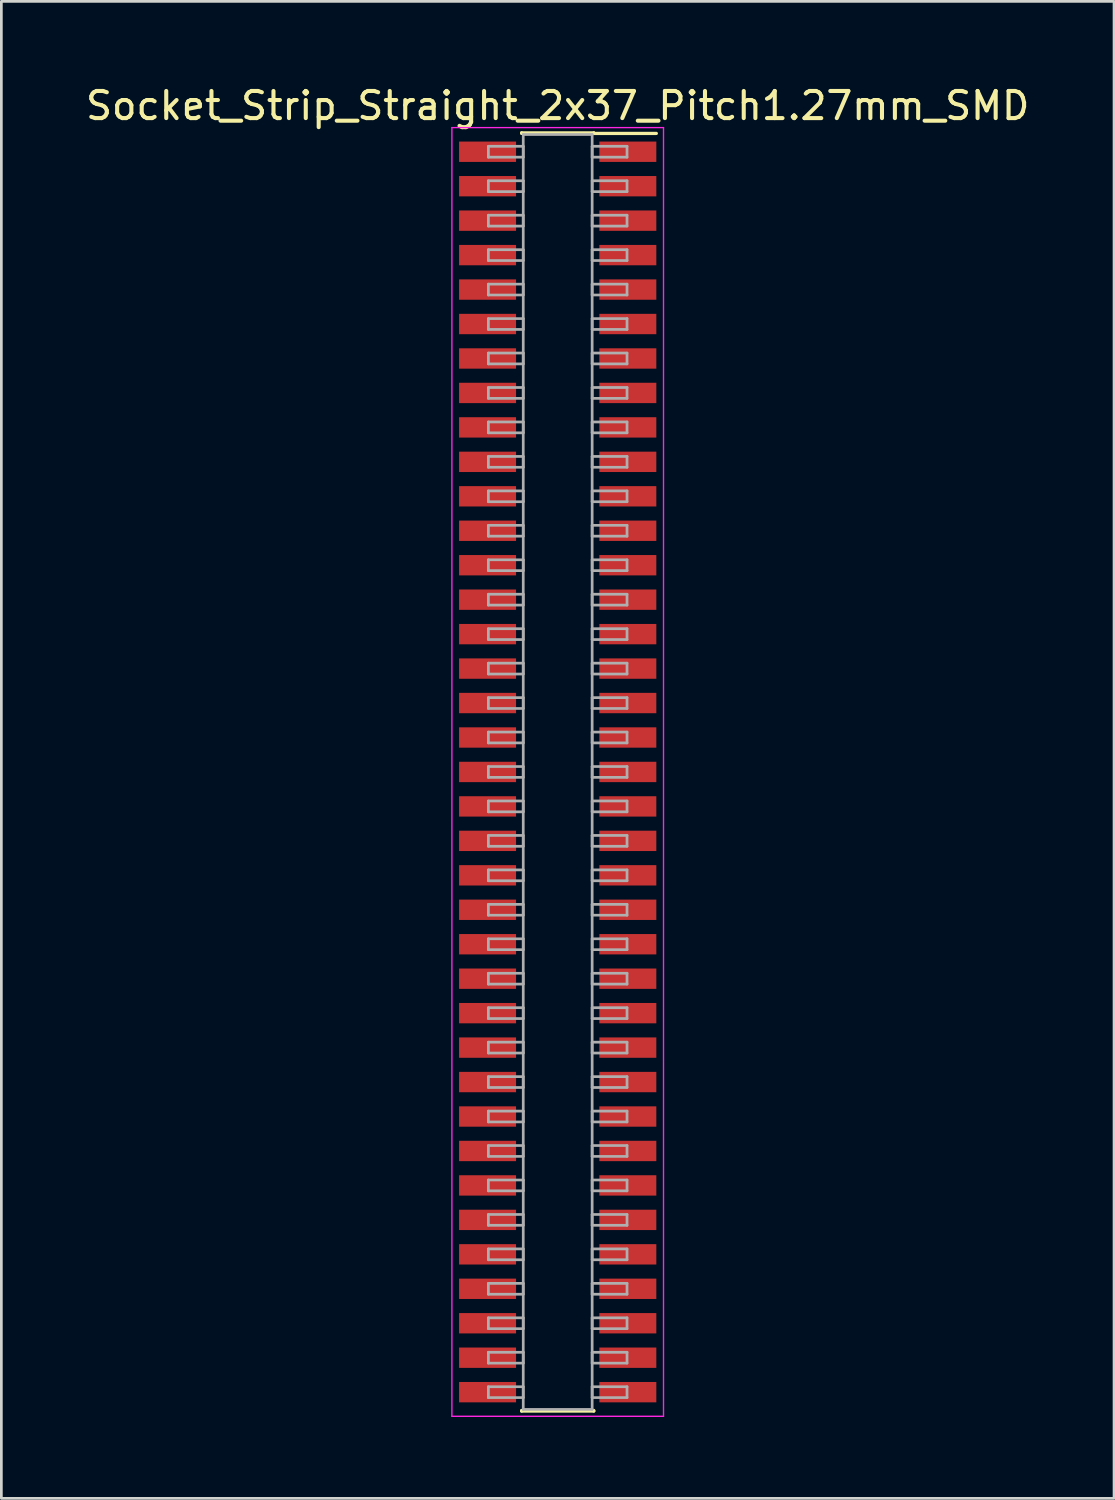
<source format=kicad_pcb>
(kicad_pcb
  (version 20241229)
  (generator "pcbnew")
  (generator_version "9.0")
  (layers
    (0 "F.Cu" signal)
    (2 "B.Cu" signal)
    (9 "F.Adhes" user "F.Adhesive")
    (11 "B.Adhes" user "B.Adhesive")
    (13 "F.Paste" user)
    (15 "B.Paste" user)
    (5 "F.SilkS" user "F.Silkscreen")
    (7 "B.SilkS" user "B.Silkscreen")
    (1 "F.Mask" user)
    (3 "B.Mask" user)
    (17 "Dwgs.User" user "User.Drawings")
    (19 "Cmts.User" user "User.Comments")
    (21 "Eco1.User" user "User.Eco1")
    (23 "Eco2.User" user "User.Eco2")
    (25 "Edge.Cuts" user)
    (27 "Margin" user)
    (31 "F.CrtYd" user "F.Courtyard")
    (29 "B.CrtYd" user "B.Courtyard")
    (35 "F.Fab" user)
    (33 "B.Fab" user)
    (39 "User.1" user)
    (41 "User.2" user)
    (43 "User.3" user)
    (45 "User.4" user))
  (footprint "Socket_Strip_Straight_2x37_Pitch1.27mm_SMD"
    (layer "F.Cu")
    (at 17.506 25.403)
    (property "Reference" "Socket_Strip_Straight_2x37_Pitch1.27mm_SMD" (at 0 -24.555 0) (layer "F.SilkS") (effects (font (size 1 1) (thickness 0.15))))
    (attr smd)
    (fp_line (start -1.33 -23.555) (end 1.33 -23.555) (stroke (width 0.12) (type solid)) (layer "F.SilkS"))
    (fp_line (start -1.33 -23.535) (end -1.33 -23.555) (stroke (width 0.12) (type solid)) (layer "F.SilkS"))
    (fp_line (start -1.33 23.535) (end -1.33 23.555) (stroke (width 0.12) (type solid)) (layer "F.SilkS"))
    (fp_line (start -1.33 23.555) (end 1.33 23.555) (stroke (width 0.12) (type solid)) (layer "F.SilkS"))
    (fp_line (start 1.33 -23.555) (end 1.33 -23.535) (stroke (width 0.12) (type solid)) (layer "F.SilkS"))
    (fp_line (start 1.33 23.555) (end 1.33 23.535) (stroke (width 0.12) (type solid)) (layer "F.SilkS"))
    (fp_line (start 3.635 -23.535) (end 1.33 -23.535) (stroke (width 0.12) (type solid)) (layer "F.SilkS"))
    (fp_line (start -3.9 -23.75) (end -3.9 23.75) (stroke (width 0.05) (type solid)) (layer "F.CrtYd"))
    (fp_line (start -3.9 23.75) (end 3.9 23.75) (stroke (width 0.05) (type solid)) (layer "F.CrtYd"))
    (fp_line (start 3.9 -23.75) (end -3.9 -23.75) (stroke (width 0.05) (type solid)) (layer "F.CrtYd"))
    (fp_line (start 3.9 23.75) (end 3.9 -23.75) (stroke (width 0.05) (type solid)) (layer "F.CrtYd"))
    (fp_line (start -2.555 -23.06) (end -1.27 -23.06) (stroke (width 0.1) (type solid)) (layer "F.Fab"))
    (fp_line (start -2.555 -22.66) (end -2.555 -23.06) (stroke (width 0.1) (type solid)) (layer "F.Fab"))
    (fp_line (start -2.555 -21.79) (end -1.27 -21.79) (stroke (width 0.1) (type solid)) (layer "F.Fab"))
    (fp_line (start -2.555 -21.39) (end -2.555 -21.79) (stroke (width 0.1) (type solid)) (layer "F.Fab"))
    (fp_line (start -2.555 -20.52) (end -1.27 -20.52) (stroke (width 0.1) (type solid)) (layer "F.Fab"))
    (fp_line (start -2.555 -20.12) (end -2.555 -20.52) (stroke (width 0.1) (type solid)) (layer "F.Fab"))
    (fp_line (start -2.555 -19.25) (end -1.27 -19.25) (stroke (width 0.1) (type solid)) (layer "F.Fab"))
    (fp_line (start -2.555 -18.85) (end -2.555 -19.25) (stroke (width 0.1) (type solid)) (layer "F.Fab"))
    (fp_line (start -2.555 -17.98) (end -1.27 -17.98) (stroke (width 0.1) (type solid)) (layer "F.Fab"))
    (fp_line (start -2.555 -17.58) (end -2.555 -17.98) (stroke (width 0.1) (type solid)) (layer "F.Fab"))
    (fp_line (start -2.555 -16.71) (end -1.27 -16.71) (stroke (width 0.1) (type solid)) (layer "F.Fab"))
    (fp_line (start -2.555 -16.31) (end -2.555 -16.71) (stroke (width 0.1) (type solid)) (layer "F.Fab"))
    (fp_line (start -2.555 -15.44) (end -1.27 -15.44) (stroke (width 0.1) (type solid)) (layer "F.Fab"))
    (fp_line (start -2.555 -15.04) (end -2.555 -15.44) (stroke (width 0.1) (type solid)) (layer "F.Fab"))
    (fp_line (start -2.555 -14.17) (end -1.27 -14.17) (stroke (width 0.1) (type solid)) (layer "F.Fab"))
    (fp_line (start -2.555 -13.77) (end -2.555 -14.17) (stroke (width 0.1) (type solid)) (layer "F.Fab"))
    (fp_line (start -2.555 -12.9) (end -1.27 -12.9) (stroke (width 0.1) (type solid)) (layer "F.Fab"))
    (fp_line (start -2.555 -12.5) (end -2.555 -12.9) (stroke (width 0.1) (type solid)) (layer "F.Fab"))
    (fp_line (start -2.555 -11.63) (end -1.27 -11.63) (stroke (width 0.1) (type solid)) (layer "F.Fab"))
    (fp_line (start -2.555 -11.23) (end -2.555 -11.63) (stroke (width 0.1) (type solid)) (layer "F.Fab"))
    (fp_line (start -2.555 -10.36) (end -1.27 -10.36) (stroke (width 0.1) (type solid)) (layer "F.Fab"))
    (fp_line (start -2.555 -9.96) (end -2.555 -10.36) (stroke (width 0.1) (type solid)) (layer "F.Fab"))
    (fp_line (start -2.555 -9.09) (end -1.27 -9.09) (stroke (width 0.1) (type solid)) (layer "F.Fab"))
    (fp_line (start -2.555 -8.69) (end -2.555 -9.09) (stroke (width 0.1) (type solid)) (layer "F.Fab"))
    (fp_line (start -2.555 -7.82) (end -1.27 -7.82) (stroke (width 0.1) (type solid)) (layer "F.Fab"))
    (fp_line (start -2.555 -7.42) (end -2.555 -7.82) (stroke (width 0.1) (type solid)) (layer "F.Fab"))
    (fp_line (start -2.555 -6.55) (end -1.27 -6.55) (stroke (width 0.1) (type solid)) (layer "F.Fab"))
    (fp_line (start -2.555 -6.15) (end -2.555 -6.55) (stroke (width 0.1) (type solid)) (layer "F.Fab"))
    (fp_line (start -2.555 -5.28) (end -1.27 -5.28) (stroke (width 0.1) (type solid)) (layer "F.Fab"))
    (fp_line (start -2.555 -4.88) (end -2.555 -5.28) (stroke (width 0.1) (type solid)) (layer "F.Fab"))
    (fp_line (start -2.555 -4.01) (end -1.27 -4.01) (stroke (width 0.1) (type solid)) (layer "F.Fab"))
    (fp_line (start -2.555 -3.61) (end -2.555 -4.01) (stroke (width 0.1) (type solid)) (layer "F.Fab"))
    (fp_line (start -2.555 -2.74) (end -1.27 -2.74) (stroke (width 0.1) (type solid)) (layer "F.Fab"))
    (fp_line (start -2.555 -2.34) (end -2.555 -2.74) (stroke (width 0.1) (type solid)) (layer "F.Fab"))
    (fp_line (start -2.555 -1.47) (end -1.27 -1.47) (stroke (width 0.1) (type solid)) (layer "F.Fab"))
    (fp_line (start -2.555 -1.07) (end -2.555 -1.47) (stroke (width 0.1) (type solid)) (layer "F.Fab"))
    (fp_line (start -2.555 -0.2) (end -1.27 -0.2) (stroke (width 0.1) (type solid)) (layer "F.Fab"))
    (fp_line (start -2.555 0.2) (end -2.555 -0.2) (stroke (width 0.1) (type solid)) (layer "F.Fab"))
    (fp_line (start -2.555 1.07) (end -1.27 1.07) (stroke (width 0.1) (type solid)) (layer "F.Fab"))
    (fp_line (start -2.555 1.47) (end -2.555 1.07) (stroke (width 0.1) (type solid)) (layer "F.Fab"))
    (fp_line (start -2.555 2.34) (end -1.27 2.34) (stroke (width 0.1) (type solid)) (layer "F.Fab"))
    (fp_line (start -2.555 2.74) (end -2.555 2.34) (stroke (width 0.1) (type solid)) (layer "F.Fab"))
    (fp_line (start -2.555 3.61) (end -1.27 3.61) (stroke (width 0.1) (type solid)) (layer "F.Fab"))
    (fp_line (start -2.555 4.01) (end -2.555 3.61) (stroke (width 0.1) (type solid)) (layer "F.Fab"))
    (fp_line (start -2.555 4.88) (end -1.27 4.88) (stroke (width 0.1) (type solid)) (layer "F.Fab"))
    (fp_line (start -2.555 5.28) (end -2.555 4.88) (stroke (width 0.1) (type solid)) (layer "F.Fab"))
    (fp_line (start -2.555 6.15) (end -1.27 6.15) (stroke (width 0.1) (type solid)) (layer "F.Fab"))
    (fp_line (start -2.555 6.55) (end -2.555 6.15) (stroke (width 0.1) (type solid)) (layer "F.Fab"))
    (fp_line (start -2.555 7.42) (end -1.27 7.42) (stroke (width 0.1) (type solid)) (layer "F.Fab"))
    (fp_line (start -2.555 7.82) (end -2.555 7.42) (stroke (width 0.1) (type solid)) (layer "F.Fab"))
    (fp_line (start -2.555 8.69) (end -1.27 8.69) (stroke (width 0.1) (type solid)) (layer "F.Fab"))
    (fp_line (start -2.555 9.09) (end -2.555 8.69) (stroke (width 0.1) (type solid)) (layer "F.Fab"))
    (fp_line (start -2.555 9.96) (end -1.27 9.96) (stroke (width 0.1) (type solid)) (layer "F.Fab"))
    (fp_line (start -2.555 10.36) (end -2.555 9.96) (stroke (width 0.1) (type solid)) (layer "F.Fab"))
    (fp_line (start -2.555 11.23) (end -1.27 11.23) (stroke (width 0.1) (type solid)) (layer "F.Fab"))
    (fp_line (start -2.555 11.63) (end -2.555 11.23) (stroke (width 0.1) (type solid)) (layer "F.Fab"))
    (fp_line (start -2.555 12.5) (end -1.27 12.5) (stroke (width 0.1) (type solid)) (layer "F.Fab"))
    (fp_line (start -2.555 12.9) (end -2.555 12.5) (stroke (width 0.1) (type solid)) (layer "F.Fab"))
    (fp_line (start -2.555 13.77) (end -1.27 13.77) (stroke (width 0.1) (type solid)) (layer "F.Fab"))
    (fp_line (start -2.555 14.17) (end -2.555 13.77) (stroke (width 0.1) (type solid)) (layer "F.Fab"))
    (fp_line (start -2.555 15.04) (end -1.27 15.04) (stroke (width 0.1) (type solid)) (layer "F.Fab"))
    (fp_line (start -2.555 15.44) (end -2.555 15.04) (stroke (width 0.1) (type solid)) (layer "F.Fab"))
    (fp_line (start -2.555 16.31) (end -1.27 16.31) (stroke (width 0.1) (type solid)) (layer "F.Fab"))
    (fp_line (start -2.555 16.71) (end -2.555 16.31) (stroke (width 0.1) (type solid)) (layer "F.Fab"))
    (fp_line (start -2.555 17.58) (end -1.27 17.58) (stroke (width 0.1) (type solid)) (layer "F.Fab"))
    (fp_line (start -2.555 17.98) (end -2.555 17.58) (stroke (width 0.1) (type solid)) (layer "F.Fab"))
    (fp_line (start -2.555 18.85) (end -1.27 18.85) (stroke (width 0.1) (type solid)) (layer "F.Fab"))
    (fp_line (start -2.555 19.25) (end -2.555 18.85) (stroke (width 0.1) (type solid)) (layer "F.Fab"))
    (fp_line (start -2.555 20.12) (end -1.27 20.12) (stroke (width 0.1) (type solid)) (layer "F.Fab"))
    (fp_line (start -2.555 20.52) (end -2.555 20.12) (stroke (width 0.1) (type solid)) (layer "F.Fab"))
    (fp_line (start -2.555 21.39) (end -1.27 21.39) (stroke (width 0.1) (type solid)) (layer "F.Fab"))
    (fp_line (start -2.555 21.79) (end -2.555 21.39) (stroke (width 0.1) (type solid)) (layer "F.Fab"))
    (fp_line (start -2.555 22.66) (end -1.27 22.66) (stroke (width 0.1) (type solid)) (layer "F.Fab"))
    (fp_line (start -2.555 23.06) (end -2.555 22.66) (stroke (width 0.1) (type solid)) (layer "F.Fab"))
    (fp_line (start -1.27 -23.495) (end -1.27 23.495) (stroke (width 0.1) (type solid)) (layer "F.Fab"))
    (fp_line (start -1.27 -23.06) (end -1.27 -22.66) (stroke (width 0.1) (type solid)) (layer "F.Fab"))
    (fp_line (start -1.27 -22.66) (end -2.555 -22.66) (stroke (width 0.1) (type solid)) (layer "F.Fab"))
    (fp_line (start -1.27 -21.79) (end -1.27 -21.39) (stroke (width 0.1) (type solid)) (layer "F.Fab"))
    (fp_line (start -1.27 -21.39) (end -2.555 -21.39) (stroke (width 0.1) (type solid)) (layer "F.Fab"))
    (fp_line (start -1.27 -20.52) (end -1.27 -20.12) (stroke (width 0.1) (type solid)) (layer "F.Fab"))
    (fp_line (start -1.27 -20.12) (end -2.555 -20.12) (stroke (width 0.1) (type solid)) (layer "F.Fab"))
    (fp_line (start -1.27 -19.25) (end -1.27 -18.85) (stroke (width 0.1) (type solid)) (layer "F.Fab"))
    (fp_line (start -1.27 -18.85) (end -2.555 -18.85) (stroke (width 0.1) (type solid)) (layer "F.Fab"))
    (fp_line (start -1.27 -17.98) (end -1.27 -17.58) (stroke (width 0.1) (type solid)) (layer "F.Fab"))
    (fp_line (start -1.27 -17.58) (end -2.555 -17.58) (stroke (width 0.1) (type solid)) (layer "F.Fab"))
    (fp_line (start -1.27 -16.71) (end -1.27 -16.31) (stroke (width 0.1) (type solid)) (layer "F.Fab"))
    (fp_line (start -1.27 -16.31) (end -2.555 -16.31) (stroke (width 0.1) (type solid)) (layer "F.Fab"))
    (fp_line (start -1.27 -15.44) (end -1.27 -15.04) (stroke (width 0.1) (type solid)) (layer "F.Fab"))
    (fp_line (start -1.27 -15.04) (end -2.555 -15.04) (stroke (width 0.1) (type solid)) (layer "F.Fab"))
    (fp_line (start -1.27 -14.17) (end -1.27 -13.77) (stroke (width 0.1) (type solid)) (layer "F.Fab"))
    (fp_line (start -1.27 -13.77) (end -2.555 -13.77) (stroke (width 0.1) (type solid)) (layer "F.Fab"))
    (fp_line (start -1.27 -12.9) (end -1.27 -12.5) (stroke (width 0.1) (type solid)) (layer "F.Fab"))
    (fp_line (start -1.27 -12.5) (end -2.555 -12.5) (stroke (width 0.1) (type solid)) (layer "F.Fab"))
    (fp_line (start -1.27 -11.63) (end -1.27 -11.23) (stroke (width 0.1) (type solid)) (layer "F.Fab"))
    (fp_line (start -1.27 -11.23) (end -2.555 -11.23) (stroke (width 0.1) (type solid)) (layer "F.Fab"))
    (fp_line (start -1.27 -10.36) (end -1.27 -9.96) (stroke (width 0.1) (type solid)) (layer "F.Fab"))
    (fp_line (start -1.27 -9.96) (end -2.555 -9.96) (stroke (width 0.1) (type solid)) (layer "F.Fab"))
    (fp_line (start -1.27 -9.09) (end -1.27 -8.69) (stroke (width 0.1) (type solid)) (layer "F.Fab"))
    (fp_line (start -1.27 -8.69) (end -2.555 -8.69) (stroke (width 0.1) (type solid)) (layer "F.Fab"))
    (fp_line (start -1.27 -7.82) (end -1.27 -7.42) (stroke (width 0.1) (type solid)) (layer "F.Fab"))
    (fp_line (start -1.27 -7.42) (end -2.555 -7.42) (stroke (width 0.1) (type solid)) (layer "F.Fab"))
    (fp_line (start -1.27 -6.55) (end -1.27 -6.15) (stroke (width 0.1) (type solid)) (layer "F.Fab"))
    (fp_line (start -1.27 -6.15) (end -2.555 -6.15) (stroke (width 0.1) (type solid)) (layer "F.Fab"))
    (fp_line (start -1.27 -5.28) (end -1.27 -4.88) (stroke (width 0.1) (type solid)) (layer "F.Fab"))
    (fp_line (start -1.27 -4.88) (end -2.555 -4.88) (stroke (width 0.1) (type solid)) (layer "F.Fab"))
    (fp_line (start -1.27 -4.01) (end -1.27 -3.61) (stroke (width 0.1) (type solid)) (layer "F.Fab"))
    (fp_line (start -1.27 -3.61) (end -2.555 -3.61) (stroke (width 0.1) (type solid)) (layer "F.Fab"))
    (fp_line (start -1.27 -2.74) (end -1.27 -2.34) (stroke (width 0.1) (type solid)) (layer "F.Fab"))
    (fp_line (start -1.27 -2.34) (end -2.555 -2.34) (stroke (width 0.1) (type solid)) (layer "F.Fab"))
    (fp_line (start -1.27 -1.47) (end -1.27 -1.07) (stroke (width 0.1) (type solid)) (layer "F.Fab"))
    (fp_line (start -1.27 -1.07) (end -2.555 -1.07) (stroke (width 0.1) (type solid)) (layer "F.Fab"))
    (fp_line (start -1.27 -0.2) (end -1.27 0.2) (stroke (width 0.1) (type solid)) (layer "F.Fab"))
    (fp_line (start -1.27 0.2) (end -2.555 0.2) (stroke (width 0.1) (type solid)) (layer "F.Fab"))
    (fp_line (start -1.27 1.07) (end -1.27 1.47) (stroke (width 0.1) (type solid)) (layer "F.Fab"))
    (fp_line (start -1.27 1.47) (end -2.555 1.47) (stroke (width 0.1) (type solid)) (layer "F.Fab"))
    (fp_line (start -1.27 2.34) (end -1.27 2.74) (stroke (width 0.1) (type solid)) (layer "F.Fab"))
    (fp_line (start -1.27 2.74) (end -2.555 2.74) (stroke (width 0.1) (type solid)) (layer "F.Fab"))
    (fp_line (start -1.27 3.61) (end -1.27 4.01) (stroke (width 0.1) (type solid)) (layer "F.Fab"))
    (fp_line (start -1.27 4.01) (end -2.555 4.01) (stroke (width 0.1) (type solid)) (layer "F.Fab"))
    (fp_line (start -1.27 4.88) (end -1.27 5.28) (stroke (width 0.1) (type solid)) (layer "F.Fab"))
    (fp_line (start -1.27 5.28) (end -2.555 5.28) (stroke (width 0.1) (type solid)) (layer "F.Fab"))
    (fp_line (start -1.27 6.15) (end -1.27 6.55) (stroke (width 0.1) (type solid)) (layer "F.Fab"))
    (fp_line (start -1.27 6.55) (end -2.555 6.55) (stroke (width 0.1) (type solid)) (layer "F.Fab"))
    (fp_line (start -1.27 7.42) (end -1.27 7.82) (stroke (width 0.1) (type solid)) (layer "F.Fab"))
    (fp_line (start -1.27 7.82) (end -2.555 7.82) (stroke (width 0.1) (type solid)) (layer "F.Fab"))
    (fp_line (start -1.27 8.69) (end -1.27 9.09) (stroke (width 0.1) (type solid)) (layer "F.Fab"))
    (fp_line (start -1.27 9.09) (end -2.555 9.09) (stroke (width 0.1) (type solid)) (layer "F.Fab"))
    (fp_line (start -1.27 9.96) (end -1.27 10.36) (stroke (width 0.1) (type solid)) (layer "F.Fab"))
    (fp_line (start -1.27 10.36) (end -2.555 10.36) (stroke (width 0.1) (type solid)) (layer "F.Fab"))
    (fp_line (start -1.27 11.23) (end -1.27 11.63) (stroke (width 0.1) (type solid)) (layer "F.Fab"))
    (fp_line (start -1.27 11.63) (end -2.555 11.63) (stroke (width 0.1) (type solid)) (layer "F.Fab"))
    (fp_line (start -1.27 12.5) (end -1.27 12.9) (stroke (width 0.1) (type solid)) (layer "F.Fab"))
    (fp_line (start -1.27 12.9) (end -2.555 12.9) (stroke (width 0.1) (type solid)) (layer "F.Fab"))
    (fp_line (start -1.27 13.77) (end -1.27 14.17) (stroke (width 0.1) (type solid)) (layer "F.Fab"))
    (fp_line (start -1.27 14.17) (end -2.555 14.17) (stroke (width 0.1) (type solid)) (layer "F.Fab"))
    (fp_line (start -1.27 15.04) (end -1.27 15.44) (stroke (width 0.1) (type solid)) (layer "F.Fab"))
    (fp_line (start -1.27 15.44) (end -2.555 15.44) (stroke (width 0.1) (type solid)) (layer "F.Fab"))
    (fp_line (start -1.27 16.31) (end -1.27 16.71) (stroke (width 0.1) (type solid)) (layer "F.Fab"))
    (fp_line (start -1.27 16.71) (end -2.555 16.71) (stroke (width 0.1) (type solid)) (layer "F.Fab"))
    (fp_line (start -1.27 17.58) (end -1.27 17.98) (stroke (width 0.1) (type solid)) (layer "F.Fab"))
    (fp_line (start -1.27 17.98) (end -2.555 17.98) (stroke (width 0.1) (type solid)) (layer "F.Fab"))
    (fp_line (start -1.27 18.85) (end -1.27 19.25) (stroke (width 0.1) (type solid)) (layer "F.Fab"))
    (fp_line (start -1.27 19.25) (end -2.555 19.25) (stroke (width 0.1) (type solid)) (layer "F.Fab"))
    (fp_line (start -1.27 20.12) (end -1.27 20.52) (stroke (width 0.1) (type solid)) (layer "F.Fab"))
    (fp_line (start -1.27 20.52) (end -2.555 20.52) (stroke (width 0.1) (type solid)) (layer "F.Fab"))
    (fp_line (start -1.27 21.39) (end -1.27 21.79) (stroke (width 0.1) (type solid)) (layer "F.Fab"))
    (fp_line (start -1.27 21.79) (end -2.555 21.79) (stroke (width 0.1) (type solid)) (layer "F.Fab"))
    (fp_line (start -1.27 22.66) (end -1.27 23.06) (stroke (width 0.1) (type solid)) (layer "F.Fab"))
    (fp_line (start -1.27 23.06) (end -2.555 23.06) (stroke (width 0.1) (type solid)) (layer "F.Fab"))
    (fp_line (start -1.27 23.495) (end 1.27 23.495) (stroke (width 0.1) (type solid)) (layer "F.Fab"))
    (fp_line (start 1.27 -23.495) (end -1.27 -23.495) (stroke (width 0.1) (type solid)) (layer "F.Fab"))
    (fp_line (start 1.27 -23.06) (end 1.27 -22.66) (stroke (width 0.1) (type solid)) (layer "F.Fab"))
    (fp_line (start 1.27 -22.66) (end 2.555 -22.66) (stroke (width 0.1) (type solid)) (layer "F.Fab"))
    (fp_line (start 1.27 -21.79) (end 1.27 -21.39) (stroke (width 0.1) (type solid)) (layer "F.Fab"))
    (fp_line (start 1.27 -21.39) (end 2.555 -21.39) (stroke (width 0.1) (type solid)) (layer "F.Fab"))
    (fp_line (start 1.27 -20.52) (end 1.27 -20.12) (stroke (width 0.1) (type solid)) (layer "F.Fab"))
    (fp_line (start 1.27 -20.12) (end 2.555 -20.12) (stroke (width 0.1) (type solid)) (layer "F.Fab"))
    (fp_line (start 1.27 -19.25) (end 1.27 -18.85) (stroke (width 0.1) (type solid)) (layer "F.Fab"))
    (fp_line (start 1.27 -18.85) (end 2.555 -18.85) (stroke (width 0.1) (type solid)) (layer "F.Fab"))
    (fp_line (start 1.27 -17.98) (end 1.27 -17.58) (stroke (width 0.1) (type solid)) (layer "F.Fab"))
    (fp_line (start 1.27 -17.58) (end 2.555 -17.58) (stroke (width 0.1) (type solid)) (layer "F.Fab"))
    (fp_line (start 1.27 -16.71) (end 1.27 -16.31) (stroke (width 0.1) (type solid)) (layer "F.Fab"))
    (fp_line (start 1.27 -16.31) (end 2.555 -16.31) (stroke (width 0.1) (type solid)) (layer "F.Fab"))
    (fp_line (start 1.27 -15.44) (end 1.27 -15.04) (stroke (width 0.1) (type solid)) (layer "F.Fab"))
    (fp_line (start 1.27 -15.04) (end 2.555 -15.04) (stroke (width 0.1) (type solid)) (layer "F.Fab"))
    (fp_line (start 1.27 -14.17) (end 1.27 -13.77) (stroke (width 0.1) (type solid)) (layer "F.Fab"))
    (fp_line (start 1.27 -13.77) (end 2.555 -13.77) (stroke (width 0.1) (type solid)) (layer "F.Fab"))
    (fp_line (start 1.27 -12.9) (end 1.27 -12.5) (stroke (width 0.1) (type solid)) (layer "F.Fab"))
    (fp_line (start 1.27 -12.5) (end 2.555 -12.5) (stroke (width 0.1) (type solid)) (layer "F.Fab"))
    (fp_line (start 1.27 -11.63) (end 1.27 -11.23) (stroke (width 0.1) (type solid)) (layer "F.Fab"))
    (fp_line (start 1.27 -11.23) (end 2.555 -11.23) (stroke (width 0.1) (type solid)) (layer "F.Fab"))
    (fp_line (start 1.27 -10.36) (end 1.27 -9.96) (stroke (width 0.1) (type solid)) (layer "F.Fab"))
    (fp_line (start 1.27 -9.96) (end 2.555 -9.96) (stroke (width 0.1) (type solid)) (layer "F.Fab"))
    (fp_line (start 1.27 -9.09) (end 1.27 -8.69) (stroke (width 0.1) (type solid)) (layer "F.Fab"))
    (fp_line (start 1.27 -8.69) (end 2.555 -8.69) (stroke (width 0.1) (type solid)) (layer "F.Fab"))
    (fp_line (start 1.27 -7.82) (end 1.27 -7.42) (stroke (width 0.1) (type solid)) (layer "F.Fab"))
    (fp_line (start 1.27 -7.42) (end 2.555 -7.42) (stroke (width 0.1) (type solid)) (layer "F.Fab"))
    (fp_line (start 1.27 -6.55) (end 1.27 -6.15) (stroke (width 0.1) (type solid)) (layer "F.Fab"))
    (fp_line (start 1.27 -6.15) (end 2.555 -6.15) (stroke (width 0.1) (type solid)) (layer "F.Fab"))
    (fp_line (start 1.27 -5.28) (end 1.27 -4.88) (stroke (width 0.1) (type solid)) (layer "F.Fab"))
    (fp_line (start 1.27 -4.88) (end 2.555 -4.88) (stroke (width 0.1) (type solid)) (layer "F.Fab"))
    (fp_line (start 1.27 -4.01) (end 1.27 -3.61) (stroke (width 0.1) (type solid)) (layer "F.Fab"))
    (fp_line (start 1.27 -3.61) (end 2.555 -3.61) (stroke (width 0.1) (type solid)) (layer "F.Fab"))
    (fp_line (start 1.27 -2.74) (end 1.27 -2.34) (stroke (width 0.1) (type solid)) (layer "F.Fab"))
    (fp_line (start 1.27 -2.34) (end 2.555 -2.34) (stroke (width 0.1) (type solid)) (layer "F.Fab"))
    (fp_line (start 1.27 -1.47) (end 1.27 -1.07) (stroke (width 0.1) (type solid)) (layer "F.Fab"))
    (fp_line (start 1.27 -1.07) (end 2.555 -1.07) (stroke (width 0.1) (type solid)) (layer "F.Fab"))
    (fp_line (start 1.27 -0.2) (end 1.27 0.2) (stroke (width 0.1) (type solid)) (layer "F.Fab"))
    (fp_line (start 1.27 0.2) (end 2.555 0.2) (stroke (width 0.1) (type solid)) (layer "F.Fab"))
    (fp_line (start 1.27 1.07) (end 1.27 1.47) (stroke (width 0.1) (type solid)) (layer "F.Fab"))
    (fp_line (start 1.27 1.47) (end 2.555 1.47) (stroke (width 0.1) (type solid)) (layer "F.Fab"))
    (fp_line (start 1.27 2.34) (end 1.27 2.74) (stroke (width 0.1) (type solid)) (layer "F.Fab"))
    (fp_line (start 1.27 2.74) (end 2.555 2.74) (stroke (width 0.1) (type solid)) (layer "F.Fab"))
    (fp_line (start 1.27 3.61) (end 1.27 4.01) (stroke (width 0.1) (type solid)) (layer "F.Fab"))
    (fp_line (start 1.27 4.01) (end 2.555 4.01) (stroke (width 0.1) (type solid)) (layer "F.Fab"))
    (fp_line (start 1.27 4.88) (end 1.27 5.28) (stroke (width 0.1) (type solid)) (layer "F.Fab"))
    (fp_line (start 1.27 5.28) (end 2.555 5.28) (stroke (width 0.1) (type solid)) (layer "F.Fab"))
    (fp_line (start 1.27 6.15) (end 1.27 6.55) (stroke (width 0.1) (type solid)) (layer "F.Fab"))
    (fp_line (start 1.27 6.55) (end 2.555 6.55) (stroke (width 0.1) (type solid)) (layer "F.Fab"))
    (fp_line (start 1.27 7.42) (end 1.27 7.82) (stroke (width 0.1) (type solid)) (layer "F.Fab"))
    (fp_line (start 1.27 7.82) (end 2.555 7.82) (stroke (width 0.1) (type solid)) (layer "F.Fab"))
    (fp_line (start 1.27 8.69) (end 1.27 9.09) (stroke (width 0.1) (type solid)) (layer "F.Fab"))
    (fp_line (start 1.27 9.09) (end 2.555 9.09) (stroke (width 0.1) (type solid)) (layer "F.Fab"))
    (fp_line (start 1.27 9.96) (end 1.27 10.36) (stroke (width 0.1) (type solid)) (layer "F.Fab"))
    (fp_line (start 1.27 10.36) (end 2.555 10.36) (stroke (width 0.1) (type solid)) (layer "F.Fab"))
    (fp_line (start 1.27 11.23) (end 1.27 11.63) (stroke (width 0.1) (type solid)) (layer "F.Fab"))
    (fp_line (start 1.27 11.63) (end 2.555 11.63) (stroke (width 0.1) (type solid)) (layer "F.Fab"))
    (fp_line (start 1.27 12.5) (end 1.27 12.9) (stroke (width 0.1) (type solid)) (layer "F.Fab"))
    (fp_line (start 1.27 12.9) (end 2.555 12.9) (stroke (width 0.1) (type solid)) (layer "F.Fab"))
    (fp_line (start 1.27 13.77) (end 1.27 14.17) (stroke (width 0.1) (type solid)) (layer "F.Fab"))
    (fp_line (start 1.27 14.17) (end 2.555 14.17) (stroke (width 0.1) (type solid)) (layer "F.Fab"))
    (fp_line (start 1.27 15.04) (end 1.27 15.44) (stroke (width 0.1) (type solid)) (layer "F.Fab"))
    (fp_line (start 1.27 15.44) (end 2.555 15.44) (stroke (width 0.1) (type solid)) (layer "F.Fab"))
    (fp_line (start 1.27 16.31) (end 1.27 16.71) (stroke (width 0.1) (type solid)) (layer "F.Fab"))
    (fp_line (start 1.27 16.71) (end 2.555 16.71) (stroke (width 0.1) (type solid)) (layer "F.Fab"))
    (fp_line (start 1.27 17.58) (end 1.27 17.98) (stroke (width 0.1) (type solid)) (layer "F.Fab"))
    (fp_line (start 1.27 17.98) (end 2.555 17.98) (stroke (width 0.1) (type solid)) (layer "F.Fab"))
    (fp_line (start 1.27 18.85) (end 1.27 19.25) (stroke (width 0.1) (type solid)) (layer "F.Fab"))
    (fp_line (start 1.27 19.25) (end 2.555 19.25) (stroke (width 0.1) (type solid)) (layer "F.Fab"))
    (fp_line (start 1.27 20.12) (end 1.27 20.52) (stroke (width 0.1) (type solid)) (layer "F.Fab"))
    (fp_line (start 1.27 20.52) (end 2.555 20.52) (stroke (width 0.1) (type solid)) (layer "F.Fab"))
    (fp_line (start 1.27 21.39) (end 1.27 21.79) (stroke (width 0.1) (type solid)) (layer "F.Fab"))
    (fp_line (start 1.27 21.79) (end 2.555 21.79) (stroke (width 0.1) (type solid)) (layer "F.Fab"))
    (fp_line (start 1.27 22.66) (end 1.27 23.06) (stroke (width 0.1) (type solid)) (layer "F.Fab"))
    (fp_line (start 1.27 23.06) (end 2.555 23.06) (stroke (width 0.1) (type solid)) (layer "F.Fab"))
    (fp_line (start 1.27 23.495) (end 1.27 -23.495) (stroke (width 0.1) (type solid)) (layer "F.Fab"))
    (fp_line (start 2.555 -23.06) (end 1.27 -23.06) (stroke (width 0.1) (type solid)) (layer "F.Fab"))
    (fp_line (start 2.555 -22.66) (end 2.555 -23.06) (stroke (width 0.1) (type solid)) (layer "F.Fab"))
    (fp_line (start 2.555 -21.79) (end 1.27 -21.79) (stroke (width 0.1) (type solid)) (layer "F.Fab"))
    (fp_line (start 2.555 -21.39) (end 2.555 -21.79) (stroke (width 0.1) (type solid)) (layer "F.Fab"))
    (fp_line (start 2.555 -20.52) (end 1.27 -20.52) (stroke (width 0.1) (type solid)) (layer "F.Fab"))
    (fp_line (start 2.555 -20.12) (end 2.555 -20.52) (stroke (width 0.1) (type solid)) (layer "F.Fab"))
    (fp_line (start 2.555 -19.25) (end 1.27 -19.25) (stroke (width 0.1) (type solid)) (layer "F.Fab"))
    (fp_line (start 2.555 -18.85) (end 2.555 -19.25) (stroke (width 0.1) (type solid)) (layer "F.Fab"))
    (fp_line (start 2.555 -17.98) (end 1.27 -17.98) (stroke (width 0.1) (type solid)) (layer "F.Fab"))
    (fp_line (start 2.555 -17.58) (end 2.555 -17.98) (stroke (width 0.1) (type solid)) (layer "F.Fab"))
    (fp_line (start 2.555 -16.71) (end 1.27 -16.71) (stroke (width 0.1) (type solid)) (layer "F.Fab"))
    (fp_line (start 2.555 -16.31) (end 2.555 -16.71) (stroke (width 0.1) (type solid)) (layer "F.Fab"))
    (fp_line (start 2.555 -15.44) (end 1.27 -15.44) (stroke (width 0.1) (type solid)) (layer "F.Fab"))
    (fp_line (start 2.555 -15.04) (end 2.555 -15.44) (stroke (width 0.1) (type solid)) (layer "F.Fab"))
    (fp_line (start 2.555 -14.17) (end 1.27 -14.17) (stroke (width 0.1) (type solid)) (layer "F.Fab"))
    (fp_line (start 2.555 -13.77) (end 2.555 -14.17) (stroke (width 0.1) (type solid)) (layer "F.Fab"))
    (fp_line (start 2.555 -12.9) (end 1.27 -12.9) (stroke (width 0.1) (type solid)) (layer "F.Fab"))
    (fp_line (start 2.555 -12.5) (end 2.555 -12.9) (stroke (width 0.1) (type solid)) (layer "F.Fab"))
    (fp_line (start 2.555 -11.63) (end 1.27 -11.63) (stroke (width 0.1) (type solid)) (layer "F.Fab"))
    (fp_line (start 2.555 -11.23) (end 2.555 -11.63) (stroke (width 0.1) (type solid)) (layer "F.Fab"))
    (fp_line (start 2.555 -10.36) (end 1.27 -10.36) (stroke (width 0.1) (type solid)) (layer "F.Fab"))
    (fp_line (start 2.555 -9.96) (end 2.555 -10.36) (stroke (width 0.1) (type solid)) (layer "F.Fab"))
    (fp_line (start 2.555 -9.09) (end 1.27 -9.09) (stroke (width 0.1) (type solid)) (layer "F.Fab"))
    (fp_line (start 2.555 -8.69) (end 2.555 -9.09) (stroke (width 0.1) (type solid)) (layer "F.Fab"))
    (fp_line (start 2.555 -7.82) (end 1.27 -7.82) (stroke (width 0.1) (type solid)) (layer "F.Fab"))
    (fp_line (start 2.555 -7.42) (end 2.555 -7.82) (stroke (width 0.1) (type solid)) (layer "F.Fab"))
    (fp_line (start 2.555 -6.55) (end 1.27 -6.55) (stroke (width 0.1) (type solid)) (layer "F.Fab"))
    (fp_line (start 2.555 -6.15) (end 2.555 -6.55) (stroke (width 0.1) (type solid)) (layer "F.Fab"))
    (fp_line (start 2.555 -5.28) (end 1.27 -5.28) (stroke (width 0.1) (type solid)) (layer "F.Fab"))
    (fp_line (start 2.555 -4.88) (end 2.555 -5.28) (stroke (width 0.1) (type solid)) (layer "F.Fab"))
    (fp_line (start 2.555 -4.01) (end 1.27 -4.01) (stroke (width 0.1) (type solid)) (layer "F.Fab"))
    (fp_line (start 2.555 -3.61) (end 2.555 -4.01) (stroke (width 0.1) (type solid)) (layer "F.Fab"))
    (fp_line (start 2.555 -2.74) (end 1.27 -2.74) (stroke (width 0.1) (type solid)) (layer "F.Fab"))
    (fp_line (start 2.555 -2.34) (end 2.555 -2.74) (stroke (width 0.1) (type solid)) (layer "F.Fab"))
    (fp_line (start 2.555 -1.47) (end 1.27 -1.47) (stroke (width 0.1) (type solid)) (layer "F.Fab"))
    (fp_line (start 2.555 -1.07) (end 2.555 -1.47) (stroke (width 0.1) (type solid)) (layer "F.Fab"))
    (fp_line (start 2.555 -0.2) (end 1.27 -0.2) (stroke (width 0.1) (type solid)) (layer "F.Fab"))
    (fp_line (start 2.555 0.2) (end 2.555 -0.2) (stroke (width 0.1) (type solid)) (layer "F.Fab"))
    (fp_line (start 2.555 1.07) (end 1.27 1.07) (stroke (width 0.1) (type solid)) (layer "F.Fab"))
    (fp_line (start 2.555 1.47) (end 2.555 1.07) (stroke (width 0.1) (type solid)) (layer "F.Fab"))
    (fp_line (start 2.555 2.34) (end 1.27 2.34) (stroke (width 0.1) (type solid)) (layer "F.Fab"))
    (fp_line (start 2.555 2.74) (end 2.555 2.34) (stroke (width 0.1) (type solid)) (layer "F.Fab"))
    (fp_line (start 2.555 3.61) (end 1.27 3.61) (stroke (width 0.1) (type solid)) (layer "F.Fab"))
    (fp_line (start 2.555 4.01) (end 2.555 3.61) (stroke (width 0.1) (type solid)) (layer "F.Fab"))
    (fp_line (start 2.555 4.88) (end 1.27 4.88) (stroke (width 0.1) (type solid)) (layer "F.Fab"))
    (fp_line (start 2.555 5.28) (end 2.555 4.88) (stroke (width 0.1) (type solid)) (layer "F.Fab"))
    (fp_line (start 2.555 6.15) (end 1.27 6.15) (stroke (width 0.1) (type solid)) (layer "F.Fab"))
    (fp_line (start 2.555 6.55) (end 2.555 6.15) (stroke (width 0.1) (type solid)) (layer "F.Fab"))
    (fp_line (start 2.555 7.42) (end 1.27 7.42) (stroke (width 0.1) (type solid)) (layer "F.Fab"))
    (fp_line (start 2.555 7.82) (end 2.555 7.42) (stroke (width 0.1) (type solid)) (layer "F.Fab"))
    (fp_line (start 2.555 8.69) (end 1.27 8.69) (stroke (width 0.1) (type solid)) (layer "F.Fab"))
    (fp_line (start 2.555 9.09) (end 2.555 8.69) (stroke (width 0.1) (type solid)) (layer "F.Fab"))
    (fp_line (start 2.555 9.96) (end 1.27 9.96) (stroke (width 0.1) (type solid)) (layer "F.Fab"))
    (fp_line (start 2.555 10.36) (end 2.555 9.96) (stroke (width 0.1) (type solid)) (layer "F.Fab"))
    (fp_line (start 2.555 11.23) (end 1.27 11.23) (stroke (width 0.1) (type solid)) (layer "F.Fab"))
    (fp_line (start 2.555 11.63) (end 2.555 11.23) (stroke (width 0.1) (type solid)) (layer "F.Fab"))
    (fp_line (start 2.555 12.5) (end 1.27 12.5) (stroke (width 0.1) (type solid)) (layer "F.Fab"))
    (fp_line (start 2.555 12.9) (end 2.555 12.5) (stroke (width 0.1) (type solid)) (layer "F.Fab"))
    (fp_line (start 2.555 13.77) (end 1.27 13.77) (stroke (width 0.1) (type solid)) (layer "F.Fab"))
    (fp_line (start 2.555 14.17) (end 2.555 13.77) (stroke (width 0.1) (type solid)) (layer "F.Fab"))
    (fp_line (start 2.555 15.04) (end 1.27 15.04) (stroke (width 0.1) (type solid)) (layer "F.Fab"))
    (fp_line (start 2.555 15.44) (end 2.555 15.04) (stroke (width 0.1) (type solid)) (layer "F.Fab"))
    (fp_line (start 2.555 16.31) (end 1.27 16.31) (stroke (width 0.1) (type solid)) (layer "F.Fab"))
    (fp_line (start 2.555 16.71) (end 2.555 16.31) (stroke (width 0.1) (type solid)) (layer "F.Fab"))
    (fp_line (start 2.555 17.58) (end 1.27 17.58) (stroke (width 0.1) (type solid)) (layer "F.Fab"))
    (fp_line (start 2.555 17.98) (end 2.555 17.58) (stroke (width 0.1) (type solid)) (layer "F.Fab"))
    (fp_line (start 2.555 18.85) (end 1.27 18.85) (stroke (width 0.1) (type solid)) (layer "F.Fab"))
    (fp_line (start 2.555 19.25) (end 2.555 18.85) (stroke (width 0.1) (type solid)) (layer "F.Fab"))
    (fp_line (start 2.555 20.12) (end 1.27 20.12) (stroke (width 0.1) (type solid)) (layer "F.Fab"))
    (fp_line (start 2.555 20.52) (end 2.555 20.12) (stroke (width 0.1) (type solid)) (layer "F.Fab"))
    (fp_line (start 2.555 21.39) (end 1.27 21.39) (stroke (width 0.1) (type solid)) (layer "F.Fab"))
    (fp_line (start 2.555 21.79) (end 2.555 21.39) (stroke (width 0.1) (type solid)) (layer "F.Fab"))
    (fp_line (start 2.555 22.66) (end 1.27 22.66) (stroke (width 0.1) (type solid)) (layer "F.Fab"))
    (fp_line (start 2.555 23.06) (end 2.555 22.66) (stroke (width 0.1) (type solid)) (layer "F.Fab"))
    (pad "1" smd rect (at 2.585 -22.86) (size 2.1 0.75) (layers "F.Cu" "F.Mask"))
    (pad "2" smd rect (at -2.585 -22.86) (size 2.1 0.75) (layers "F.Cu" "F.Mask"))
    (pad "3" smd rect (at 2.585 -21.59) (size 2.1 0.75) (layers "F.Cu" "F.Mask"))
    (pad "4" smd rect (at -2.585 -21.59) (size 2.1 0.75) (layers "F.Cu" "F.Mask"))
    (pad "5" smd rect (at 2.585 -20.32) (size 2.1 0.75) (layers "F.Cu" "F.Mask"))
    (pad "6" smd rect (at -2.585 -20.32) (size 2.1 0.75) (layers "F.Cu" "F.Mask"))
    (pad "7" smd rect (at 2.585 -19.05) (size 2.1 0.75) (layers "F.Cu" "F.Mask"))
    (pad "8" smd rect (at -2.585 -19.05) (size 2.1 0.75) (layers "F.Cu" "F.Mask"))
    (pad "9" smd rect (at 2.585 -17.78) (size 2.1 0.75) (layers "F.Cu" "F.Mask"))
    (pad "10" smd rect (at -2.585 -17.78) (size 2.1 0.75) (layers "F.Cu" "F.Mask"))
    (pad "11" smd rect (at 2.585 -16.51) (size 2.1 0.75) (layers "F.Cu" "F.Mask"))
    (pad "12" smd rect (at -2.585 -16.51) (size 2.1 0.75) (layers "F.Cu" "F.Mask"))
    (pad "13" smd rect (at 2.585 -15.24) (size 2.1 0.75) (layers "F.Cu" "F.Mask"))
    (pad "14" smd rect (at -2.585 -15.24) (size 2.1 0.75) (layers "F.Cu" "F.Mask"))
    (pad "15" smd rect (at 2.585 -13.97) (size 2.1 0.75) (layers "F.Cu" "F.Mask"))
    (pad "16" smd rect (at -2.585 -13.97) (size 2.1 0.75) (layers "F.Cu" "F.Mask"))
    (pad "17" smd rect (at 2.585 -12.7) (size 2.1 0.75) (layers "F.Cu" "F.Mask"))
    (pad "18" smd rect (at -2.585 -12.7) (size 2.1 0.75) (layers "F.Cu" "F.Mask"))
    (pad "19" smd rect (at 2.585 -11.43) (size 2.1 0.75) (layers "F.Cu" "F.Mask"))
    (pad "20" smd rect (at -2.585 -11.43) (size 2.1 0.75) (layers "F.Cu" "F.Mask"))
    (pad "21" smd rect (at 2.585 -10.16) (size 2.1 0.75) (layers "F.Cu" "F.Mask"))
    (pad "22" smd rect (at -2.585 -10.16) (size 2.1 0.75) (layers "F.Cu" "F.Mask"))
    (pad "23" smd rect (at 2.585 -8.89) (size 2.1 0.75) (layers "F.Cu" "F.Mask"))
    (pad "24" smd rect (at -2.585 -8.89) (size 2.1 0.75) (layers "F.Cu" "F.Mask"))
    (pad "25" smd rect (at 2.585 -7.62) (size 2.1 0.75) (layers "F.Cu" "F.Mask"))
    (pad "26" smd rect (at -2.585 -7.62) (size 2.1 0.75) (layers "F.Cu" "F.Mask"))
    (pad "27" smd rect (at 2.585 -6.35) (size 2.1 0.75) (layers "F.Cu" "F.Mask"))
    (pad "28" smd rect (at -2.585 -6.35) (size 2.1 0.75) (layers "F.Cu" "F.Mask"))
    (pad "29" smd rect (at 2.585 -5.08) (size 2.1 0.75) (layers "F.Cu" "F.Mask"))
    (pad "30" smd rect (at -2.585 -5.08) (size 2.1 0.75) (layers "F.Cu" "F.Mask"))
    (pad "31" smd rect (at 2.585 -3.81) (size 2.1 0.75) (layers "F.Cu" "F.Mask"))
    (pad "32" smd rect (at -2.585 -3.81) (size 2.1 0.75) (layers "F.Cu" "F.Mask"))
    (pad "33" smd rect (at 2.585 -2.54) (size 2.1 0.75) (layers "F.Cu" "F.Mask"))
    (pad "34" smd rect (at -2.585 -2.54) (size 2.1 0.75) (layers "F.Cu" "F.Mask"))
    (pad "35" smd rect (at 2.585 -1.27) (size 2.1 0.75) (layers "F.Cu" "F.Mask"))
    (pad "36" smd rect (at -2.585 -1.27) (size 2.1 0.75) (layers "F.Cu" "F.Mask"))
    (pad "37" smd rect (at 2.585 0) (size 2.1 0.75) (layers "F.Cu" "F.Mask"))
    (pad "38" smd rect (at -2.585 0) (size 2.1 0.75) (layers "F.Cu" "F.Mask"))
    (pad "39" smd rect (at 2.585 1.27) (size 2.1 0.75) (layers "F.Cu" "F.Mask"))
    (pad "40" smd rect (at -2.585 1.27) (size 2.1 0.75) (layers "F.Cu" "F.Mask"))
    (pad "41" smd rect (at 2.585 2.54) (size 2.1 0.75) (layers "F.Cu" "F.Mask"))
    (pad "42" smd rect (at -2.585 2.54) (size 2.1 0.75) (layers "F.Cu" "F.Mask"))
    (pad "43" smd rect (at 2.585 3.81) (size 2.1 0.75) (layers "F.Cu" "F.Mask"))
    (pad "44" smd rect (at -2.585 3.81) (size 2.1 0.75) (layers "F.Cu" "F.Mask"))
    (pad "45" smd rect (at 2.585 5.08) (size 2.1 0.75) (layers "F.Cu" "F.Mask"))
    (pad "46" smd rect (at -2.585 5.08) (size 2.1 0.75) (layers "F.Cu" "F.Mask"))
    (pad "47" smd rect (at 2.585 6.35) (size 2.1 0.75) (layers "F.Cu" "F.Mask"))
    (pad "48" smd rect (at -2.585 6.35) (size 2.1 0.75) (layers "F.Cu" "F.Mask"))
    (pad "49" smd rect (at 2.585 7.62) (size 2.1 0.75) (layers "F.Cu" "F.Mask"))
    (pad "50" smd rect (at -2.585 7.62) (size 2.1 0.75) (layers "F.Cu" "F.Mask"))
    (pad "51" smd rect (at 2.585 8.89) (size 2.1 0.75) (layers "F.Cu" "F.Mask"))
    (pad "52" smd rect (at -2.585 8.89) (size 2.1 0.75) (layers "F.Cu" "F.Mask"))
    (pad "53" smd rect (at 2.585 10.16) (size 2.1 0.75) (layers "F.Cu" "F.Mask"))
    (pad "54" smd rect (at -2.585 10.16) (size 2.1 0.75) (layers "F.Cu" "F.Mask"))
    (pad "55" smd rect (at 2.585 11.43) (size 2.1 0.75) (layers "F.Cu" "F.Mask"))
    (pad "56" smd rect (at -2.585 11.43) (size 2.1 0.75) (layers "F.Cu" "F.Mask"))
    (pad "57" smd rect (at 2.585 12.7) (size 2.1 0.75) (layers "F.Cu" "F.Mask"))
    (pad "58" smd rect (at -2.585 12.7) (size 2.1 0.75) (layers "F.Cu" "F.Mask"))
    (pad "59" smd rect (at 2.585 13.97) (size 2.1 0.75) (layers "F.Cu" "F.Mask"))
    (pad "60" smd rect (at -2.585 13.97) (size 2.1 0.75) (layers "F.Cu" "F.Mask"))
    (pad "61" smd rect (at 2.585 15.24) (size 2.1 0.75) (layers "F.Cu" "F.Mask"))
    (pad "62" smd rect (at -2.585 15.24) (size 2.1 0.75) (layers "F.Cu" "F.Mask"))
    (pad "63" smd rect (at 2.585 16.51) (size 2.1 0.75) (layers "F.Cu" "F.Mask"))
    (pad "64" smd rect (at -2.585 16.51) (size 2.1 0.75) (layers "F.Cu" "F.Mask"))
    (pad "65" smd rect (at 2.585 17.78) (size 2.1 0.75) (layers "F.Cu" "F.Mask"))
    (pad "66" smd rect (at -2.585 17.78) (size 2.1 0.75) (layers "F.Cu" "F.Mask"))
    (pad "67" smd rect (at 2.585 19.05) (size 2.1 0.75) (layers "F.Cu" "F.Mask"))
    (pad "68" smd rect (at -2.585 19.05) (size 2.1 0.75) (layers "F.Cu" "F.Mask"))
    (pad "69" smd rect (at 2.585 20.32) (size 2.1 0.75) (layers "F.Cu" "F.Mask"))
    (pad "70" smd rect (at -2.585 20.32) (size 2.1 0.75) (layers "F.Cu" "F.Mask"))
    (pad "71" smd rect (at 2.585 21.59) (size 2.1 0.75) (layers "F.Cu" "F.Mask"))
    (pad "72" smd rect (at -2.585 21.59) (size 2.1 0.75) (layers "F.Cu" "F.Mask"))
    (pad "73" smd rect (at 2.585 22.86) (size 2.1 0.75) (layers "F.Cu" "F.Mask"))
    (pad "74" smd rect (at -2.585 22.86) (size 2.1 0.75) (layers "F.Cu" "F.Mask")))
  (gr_rect
    (start -3 -3)
    (end 38.012 52.178)
    (stroke (width 0.1) (type default))
    (fill no)
    (layer "Edge.Cuts")))
</source>
